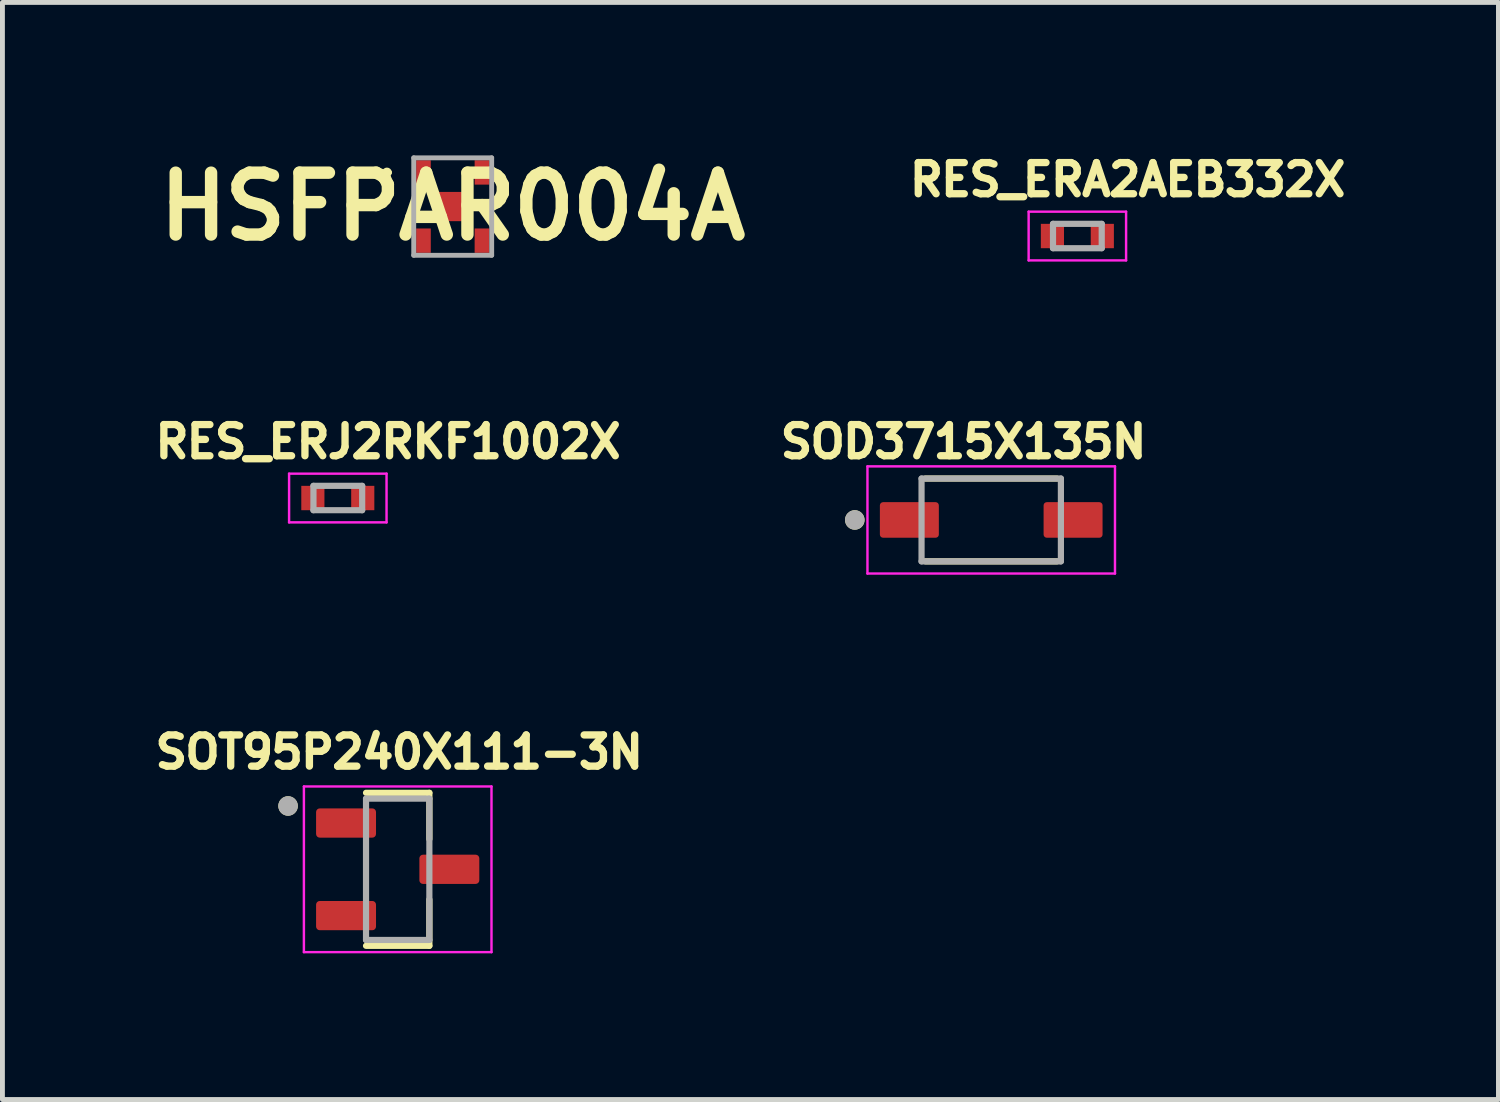
<source format=kicad_pcb>
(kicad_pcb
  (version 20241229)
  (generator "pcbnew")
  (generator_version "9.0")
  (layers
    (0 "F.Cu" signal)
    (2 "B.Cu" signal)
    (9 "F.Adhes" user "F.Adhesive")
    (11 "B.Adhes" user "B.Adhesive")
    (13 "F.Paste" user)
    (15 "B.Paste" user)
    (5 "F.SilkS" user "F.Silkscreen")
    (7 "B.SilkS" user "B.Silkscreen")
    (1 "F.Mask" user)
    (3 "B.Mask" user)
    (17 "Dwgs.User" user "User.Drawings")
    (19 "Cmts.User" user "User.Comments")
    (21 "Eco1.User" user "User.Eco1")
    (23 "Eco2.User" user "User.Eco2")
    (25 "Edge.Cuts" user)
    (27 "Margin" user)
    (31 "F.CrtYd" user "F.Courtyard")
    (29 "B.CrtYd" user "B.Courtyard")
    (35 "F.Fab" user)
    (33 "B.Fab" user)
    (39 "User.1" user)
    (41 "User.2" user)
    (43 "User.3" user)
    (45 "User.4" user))
  (footprint "HSFPAR004A"
    (layer "F.Cu")
    (at 6.241 1.189)
    (property "Reference" "HSFPAR004A" (at 0 0 0) (layer "F.SilkS") (effects (font (size 1.27 1.27) (thickness 0.254))))
    (attr smd)
    (fp_line (start -1.4 -0.7) (end -1.4 -0.7) (stroke (width 0.1) (type solid)) (layer "F.SilkS"))
    (fp_line (start -1.3 -0.7) (end -1.3 -0.7) (stroke (width 0.1) (type solid)) (layer "F.SilkS"))
    (fp_arc (start -1.4 -0.7) (mid -1.35 -0.75) (end -1.3 -0.7) (stroke (width 0.1) (type solid)) (layer "F.SilkS"))
    (fp_arc (start -1.3 -0.7) (mid -1.35 -0.65) (end -1.4 -0.7) (stroke (width 0.1) (type solid)) (layer "F.SilkS"))
    (fp_line (start -0.8 -1) (end 0.8 -1) (stroke (width 0.1) (type solid)) (layer "F.Fab"))
    (fp_line (start -0.8 1) (end -0.8 -1) (stroke (width 0.1) (type solid)) (layer "F.Fab"))
    (fp_line (start 0.8 -1) (end 0.8 1) (stroke (width 0.1) (type solid)) (layer "F.Fab"))
    (fp_line (start 0.8 1) (end -0.8 1) (stroke (width 0.1) (type solid)) (layer "F.Fab"))
    (pad "1" smd rect (at -0.6 -0.7) (size 0.3 0.5) (layers "F.Cu" "F.Mask" "F.Paste"))
    (pad "2" smd rect (at 0.6 -0.7) (size 0.3 0.5) (layers "F.Cu" "F.Mask" "F.Paste"))
    (pad "3" smd rect (at 0.6 0.7) (size 0.3 0.5) (layers "F.Cu" "F.Mask" "F.Paste"))
    (pad "4" smd rect (at -0.6 0.7) (size 0.3 0.5) (layers "F.Cu" "F.Mask" "F.Paste"))
    (pad "5" smd rect (at 0 0) (size 0.6 0.6) (layers "F.Cu" "F.Mask" "F.Paste")))
  (footprint "RES_ERJ2RKF1002X"
    (layer "F.Cu")
    (at 3.883 7.171)
    (property "Reference" "RES_ERJ2RKF1002X" (at 1.032 -1.156 0) (layer "F.SilkS") (effects (font (size 0.64 0.64) (thickness 0.15))))
    (attr smd)
    (fp_line (start -1 -0.5) (end -1 0.5) (stroke (width 0.05) (type solid)) (layer "F.CrtYd"))
    (fp_line (start -1 0.5) (end 1 0.5) (stroke (width 0.05) (type solid)) (layer "F.CrtYd"))
    (fp_line (start 1 -0.5) (end -1 -0.5) (stroke (width 0.05) (type solid)) (layer "F.CrtYd"))
    (fp_line (start 1 0.5) (end 1 -0.5) (stroke (width 0.05) (type solid)) (layer "F.CrtYd"))
    (fp_line (start -0.5 -0.25) (end -0.5 0.25) (stroke (width 0.127) (type solid)) (layer "F.Fab"))
    (fp_line (start -0.5 -0.25) (end 0.5 -0.25) (stroke (width 0.127) (type solid)) (layer "F.Fab"))
    (fp_line (start -0.5 0.25) (end 0.5 0.25) (stroke (width 0.127) (type solid)) (layer "F.Fab"))
    (fp_line (start 0.5 -0.25) (end 0.5 0.25) (stroke (width 0.127) (type solid)) (layer "F.Fab"))
    (pad "1" smd rect (at -0.512 0) (size 0.475 0.5) (layers "F.Cu" "F.Mask" "F.Paste"))
    (pad "2" smd rect (at 0.512 0) (size 0.475 0.5) (layers "F.Cu" "F.Mask" "F.Paste")))
  (footprint "SOT95P240X111-3N"
    (layer "F.Cu")
    (at 5.112 14.791)
    (property "Reference" "SOT95P240X111-3N" (at 0.032 -2.406 0) (layer "F.SilkS") (effects (font (size 0.64 0.64) (thickness 0.15))))
    (attr smd)
    (fp_line (start -0.65 -1.57) (end 0.65 -1.57) (stroke (width 0.127) (type solid)) (layer "F.SilkS"))
    (fp_line (start -0.65 1.57) (end 0.65 1.57) (stroke (width 0.127) (type solid)) (layer "F.SilkS"))
    (fp_line (start 0.65 -1.57) (end 0.65 -0.62) (stroke (width 0.127) (type solid)) (layer "F.SilkS"))
    (fp_line (start 0.65 1.57) (end 0.65 0.62) (stroke (width 0.127) (type solid)) (layer "F.SilkS"))
    (fp_circle (center -2.25 -1.3) (end -2.15 -1.3) (stroke (width 0.2) (type solid)) (fill no) (layer "F.SilkS"))
    (fp_line (start -1.925 -1.7) (end 1.925 -1.7) (stroke (width 0.05) (type solid)) (layer "F.CrtYd"))
    (fp_line (start -1.925 1.7) (end -1.925 -1.7) (stroke (width 0.05) (type solid)) (layer "F.CrtYd"))
    (fp_line (start 1.925 1.7) (end -1.925 1.7) (stroke (width 0.05) (type solid)) (layer "F.CrtYd"))
    (fp_line (start 1.925 1.7) (end 1.925 -1.7) (stroke (width 0.05) (type solid)) (layer "F.CrtYd"))
    (fp_line (start -0.65 -1.45) (end 0.65 -1.45) (stroke (width 0.127) (type solid)) (layer "F.Fab"))
    (fp_line (start -0.65 1.45) (end -0.65 -1.45) (stroke (width 0.127) (type solid)) (layer "F.Fab"))
    (fp_line (start 0.65 -1.45) (end 0.65 1.45) (stroke (width 0.127) (type solid)) (layer "F.Fab"))
    (fp_line (start 0.65 1.45) (end -0.65 1.45) (stroke (width 0.127) (type solid)) (layer "F.Fab"))
    (fp_circle (center -2.25 -1.3) (end -2.15 -1.3) (stroke (width 0.2) (type solid)) (fill no) (layer "F.Fab"))
    (pad "1" smd roundrect (at -1.06 -0.95) (size 1.23 0.6) (layers "F.Cu" "F.Mask" "F.Paste") (roundrect_rratio 0.125))
    (pad "2" smd roundrect (at -1.06 0.95) (size 1.23 0.6) (layers "F.Cu" "F.Mask" "F.Paste") (roundrect_rratio 0.125))
    (pad "3" smd roundrect (at 1.06 0) (size 1.23 0.6) (layers "F.Cu" "F.Mask" "F.Paste") (roundrect_rratio 0.125)))
  (footprint "RES_ERA2AEB332X"
    (layer "F.Cu")
    (at 19.061 1.794)
    (property "Reference" "RES_ERA2AEB332X" (at 1.032 -1.156 0) (layer "F.SilkS") (effects (font (size 0.64 0.64) (thickness 0.15))))
    (attr smd)
    (fp_line (start -1 -0.5) (end -1 0.5) (stroke (width 0.05) (type solid)) (layer "F.CrtYd"))
    (fp_line (start -1 0.5) (end 1 0.5) (stroke (width 0.05) (type solid)) (layer "F.CrtYd"))
    (fp_line (start 1 -0.5) (end -1 -0.5) (stroke (width 0.05) (type solid)) (layer "F.CrtYd"))
    (fp_line (start 1 0.5) (end 1 -0.5) (stroke (width 0.05) (type solid)) (layer "F.CrtYd"))
    (fp_line (start -0.5 -0.25) (end -0.5 0.25) (stroke (width 0.127) (type solid)) (layer "F.Fab"))
    (fp_line (start -0.5 -0.25) (end 0.5 -0.25) (stroke (width 0.127) (type solid)) (layer "F.Fab"))
    (fp_line (start -0.5 0.25) (end 0.5 0.25) (stroke (width 0.127) (type solid)) (layer "F.Fab"))
    (fp_line (start 0.5 -0.25) (end 0.5 0.25) (stroke (width 0.127) (type solid)) (layer "F.Fab"))
    (pad "1" smd rect (at -0.512 0) (size 0.475 0.5) (layers "F.Cu" "F.Mask" "F.Paste"))
    (pad "2" smd rect (at 0.512 0) (size 0.475 0.5) (layers "F.Cu" "F.Mask" "F.Paste")))
  (footprint "SOD3715X135N"
    (layer "F.Cu")
    (at 17.293 7.621)
    (property "Reference" "SOD3715X135N" (at -0.568 -1.606 0) (layer "F.SilkS") (effects (font (size 0.64 0.64) (thickness 0.15))))
    (attr smd)
    (fp_line (start -1.35 -0.85) (end 1.35 -0.85) (stroke (width 0.127) (type solid)) (layer "F.SilkS"))
    (fp_line (start -1.35 0.85) (end 1.35 0.85) (stroke (width 0.127) (type solid)) (layer "F.SilkS"))
    (fp_circle (center -2.8 0) (end -2.7 0) (stroke (width 0.2) (type solid)) (fill no) (layer "F.SilkS"))
    (fp_line (start -2.54 -1.1) (end 2.54 -1.1) (stroke (width 0.05) (type solid)) (layer "F.CrtYd"))
    (fp_line (start -2.54 1.1) (end -2.54 -1.1) (stroke (width 0.05) (type solid)) (layer "F.CrtYd"))
    (fp_line (start 2.54 -1.1) (end 2.54 1.1) (stroke (width 0.05) (type solid)) (layer "F.CrtYd"))
    (fp_line (start 2.54 1.1) (end -2.54 1.1) (stroke (width 0.05) (type solid)) (layer "F.CrtYd"))
    (fp_line (start -1.43 -0.85) (end 1.43 -0.85) (stroke (width 0.127) (type solid)) (layer "F.Fab"))
    (fp_line (start -1.43 0.85) (end -1.43 -0.85) (stroke (width 0.127) (type solid)) (layer "F.Fab"))
    (fp_line (start 1.43 -0.85) (end 1.43 0.85) (stroke (width 0.127) (type solid)) (layer "F.Fab"))
    (fp_line (start 1.43 0.85) (end -1.43 0.85) (stroke (width 0.127) (type solid)) (layer "F.Fab"))
    (fp_circle (center -2.8 0) (end -2.7 0) (stroke (width 0.2) (type solid)) (fill no) (layer "F.Fab"))
    (pad "A" smd roundrect (at 1.68 0) (size 1.21 0.73) (layers "F.Cu" "F.Mask" "F.Paste") (roundrect_rratio 0.09))
    (pad "C" smd roundrect (at -1.68 0) (size 1.21 0.73) (layers "F.Cu" "F.Mask" "F.Paste") (roundrect_rratio 0.09)))
  (gr_rect
    (start -3 -3)
    (end 27.703 19.516)
    (stroke (width 0.1) (type default))
    (fill no)
    (layer "Edge.Cuts")))
</source>
